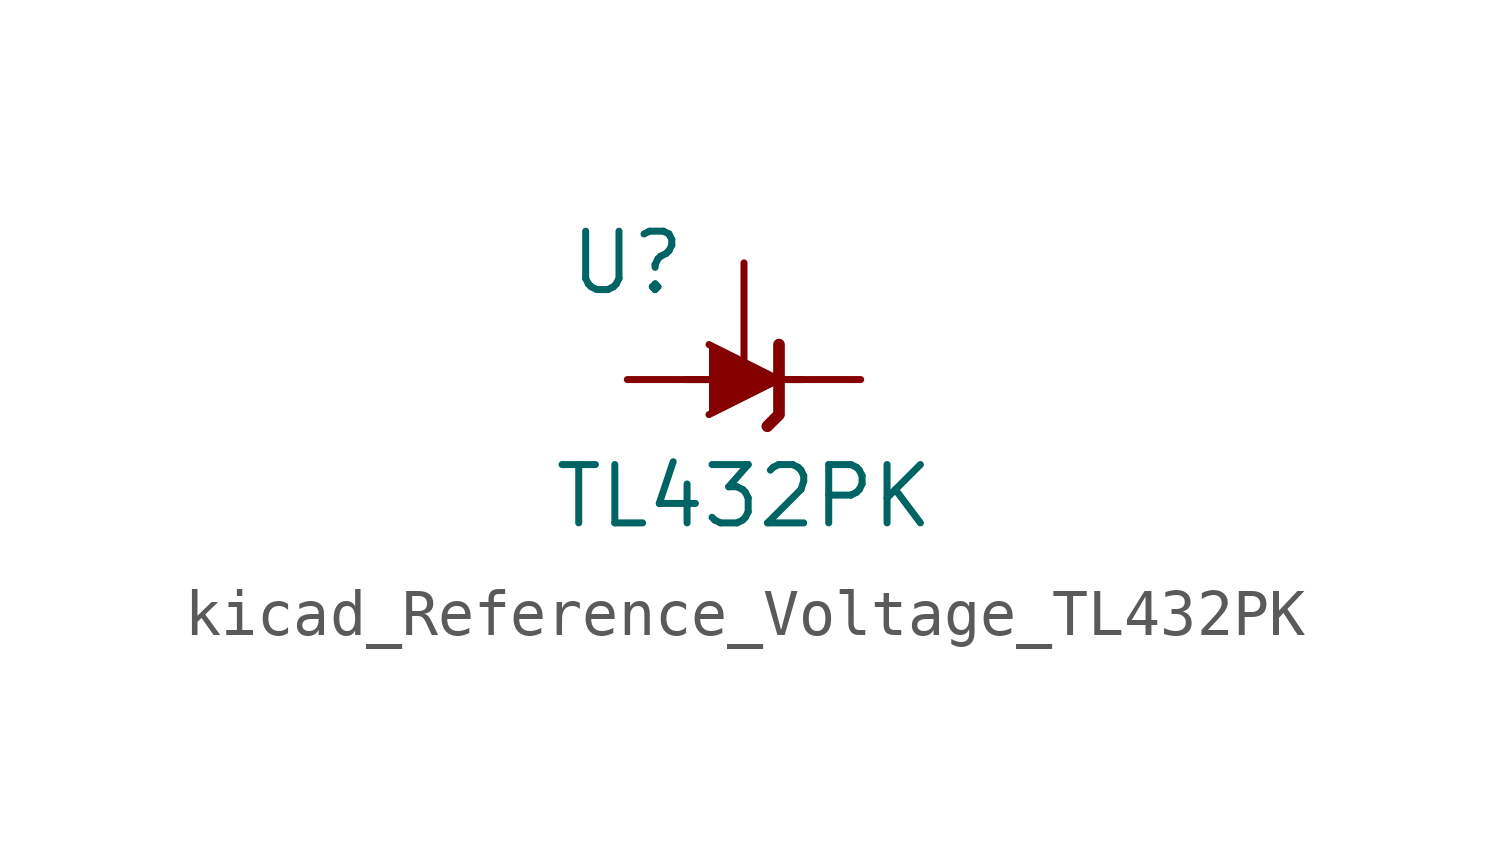
<source format=kicad_sym>
(kicad_symbol_lib
  (version 20220914)
  (generator kicad_symbol_editor)
  (symbol "kicad_Reference_Voltage_TL432PK"
    (pin_numbers hide)
    (pin_names hide)
    (property "Reference" "U"
      (at -2.54 2.54 0)
      (effects (font (size 1.27 1.27))))
    (property "Value" "TL432PK"
      (at 0 -2.54 0)
      (effects (font (size 1.27 1.27))))
    (symbol "kicad_Reference_Voltage_TL432PK_0_1"
      (polyline (pts (xy -1.27 0) (xy 0 0) (xy 1.27 0)) (stroke (width 0) (type default)) (fill (type none)))
      (polyline (pts (xy -0.762 0.762) (xy 0.762 0) (xy -0.762 -0.762)) (stroke (width 0) (type default)) (fill (type outline)))
      (polyline (pts (xy 0.508 -1.016) (xy 0.762 -0.762) (xy 0.762 0.762) (xy 0.762 0.762)) (stroke (width 0.254) (type default)) (fill (type none))))
    (symbol "kicad_Reference_Voltage_TL432PK_1_1"
      (pin passive line (at 2.54 0 180) (length 2.54) (name "K" (effects (font (size 1.27 1.27)))) (number "1" (effects (font (size 1.27 1.27)))))
      (pin passive line (at -2.54 0 0) (length 2.54) (name "A" (effects (font (size 1.27 1.27)))) (number "2" (effects (font (size 1.27 1.27)))))
      (pin passive line (at 0 2.54 270) (length 2.54) (name "REF" (effects (font (size 1.27 1.27)))) (number "3" (effects (font (size 1.27 1.27))))))))
</source>
